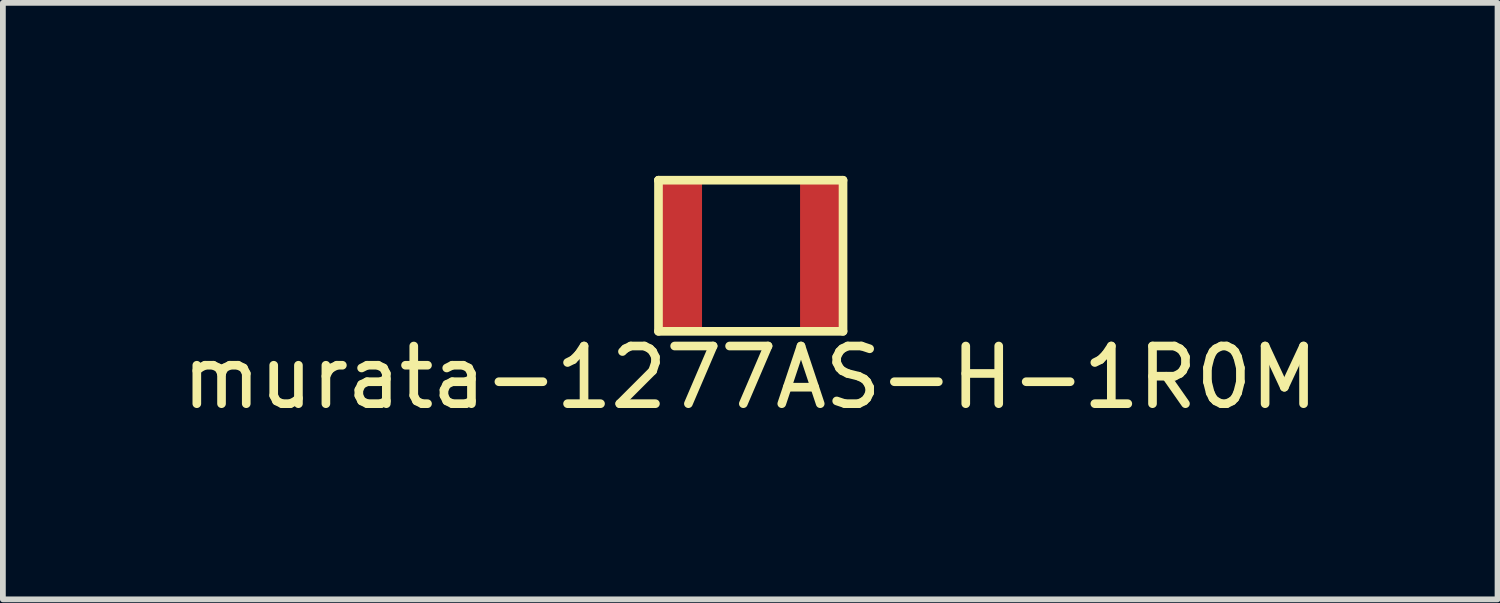
<source format=kicad_pcb>
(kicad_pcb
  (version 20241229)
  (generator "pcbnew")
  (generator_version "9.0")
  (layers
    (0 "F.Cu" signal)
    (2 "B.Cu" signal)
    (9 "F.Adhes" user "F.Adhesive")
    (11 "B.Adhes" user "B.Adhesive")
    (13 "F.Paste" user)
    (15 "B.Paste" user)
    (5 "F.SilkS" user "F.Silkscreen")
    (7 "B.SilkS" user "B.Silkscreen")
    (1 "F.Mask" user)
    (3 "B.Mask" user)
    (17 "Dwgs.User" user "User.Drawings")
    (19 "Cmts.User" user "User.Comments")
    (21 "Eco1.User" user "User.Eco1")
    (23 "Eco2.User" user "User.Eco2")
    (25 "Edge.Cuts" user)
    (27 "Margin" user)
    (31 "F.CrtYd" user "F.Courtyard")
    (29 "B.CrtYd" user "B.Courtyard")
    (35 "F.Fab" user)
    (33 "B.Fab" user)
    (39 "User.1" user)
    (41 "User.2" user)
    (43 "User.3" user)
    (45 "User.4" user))
  (footprint "murata-1277AS-H-1R0M"
    (layer "F.Cu")
    (at 9.968 1.395)
    (property "Reference" "murata-1277AS-H-1R0M" (at -0.01 2.1 0) (layer "F.SilkS") (effects (font (size 1 1) (thickness 0.15))))
    (attr through_hole)
    (fp_line (start -1.6 -1.32) (end -1.6 -1.32) (stroke (width 0.15) (type solid)) (layer "F.SilkS"))
    (fp_line (start -1.6 -1.32) (end 1.6 -1.32) (stroke (width 0.15) (type solid)) (layer "F.SilkS"))
    (fp_line (start -1.6 1.3) (end -1.6 -1.32) (stroke (width 0.15) (type solid)) (layer "F.SilkS"))
    (fp_line (start 1.6 -1.32) (end 1.6 1.3) (stroke (width 0.15) (type solid)) (layer "F.SilkS"))
    (fp_line (start 1.6 1.3) (end -1.6 1.3) (stroke (width 0.15) (type solid)) (layer "F.SilkS"))
    (pad "1" smd rect (at -1.22 -0.01) (size 0.75 2.5) (layers "F.Cu" "F.Mask" "F.Paste"))
    (pad "2" smd rect (at 1.23 -0.01) (size 0.75 2.5) (layers "F.Cu" "F.Mask" "F.Paste")))
  (gr_rect
    (start -3 -3)
    (end 22.917 7.343)
    (stroke (width 0.1) (type default))
    (fill no)
    (layer "Edge.Cuts")))
</source>
